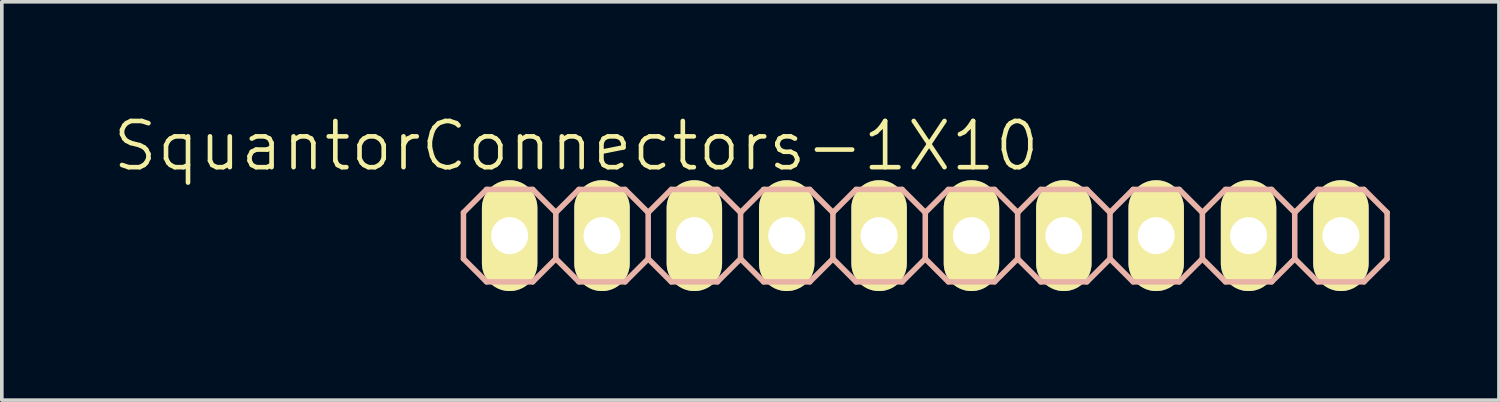
<source format=kicad_pcb>
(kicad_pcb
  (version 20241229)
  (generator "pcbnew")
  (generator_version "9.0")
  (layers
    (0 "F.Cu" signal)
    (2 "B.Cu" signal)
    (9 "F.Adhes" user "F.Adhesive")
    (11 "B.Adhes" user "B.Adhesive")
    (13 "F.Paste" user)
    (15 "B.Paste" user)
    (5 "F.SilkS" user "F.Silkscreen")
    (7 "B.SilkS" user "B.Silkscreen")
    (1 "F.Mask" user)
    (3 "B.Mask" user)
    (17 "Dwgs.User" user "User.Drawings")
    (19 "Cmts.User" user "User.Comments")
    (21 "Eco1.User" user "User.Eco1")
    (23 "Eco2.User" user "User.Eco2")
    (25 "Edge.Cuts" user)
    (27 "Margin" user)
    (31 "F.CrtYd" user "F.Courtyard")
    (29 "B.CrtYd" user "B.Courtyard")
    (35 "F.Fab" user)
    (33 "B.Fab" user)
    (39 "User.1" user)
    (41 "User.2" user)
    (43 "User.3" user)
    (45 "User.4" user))
  (footprint "SquantorConnectors-1X10"
    (layer "F.Cu")
    (at 22.395 3.43)
    (property "Reference" "SquantorConnectors-1X10" (at -9.601 -2.464 0) (layer "F.SilkS") (effects (font (size 1.27 1.27) (thickness 0.127))))
    (attr exclude_from_pos_files exclude_from_bom)
    (fp_line (start -11.684 -0.254) (end -11.176 -0.254) (stroke (width 0.066) (type solid)) (layer "F.SilkS"))
    (fp_line (start -11.684 0.254) (end -11.684 -0.254) (stroke (width 0.066) (type solid)) (layer "F.SilkS"))
    (fp_line (start -11.684 0.254) (end -11.176 0.254) (stroke (width 0.066) (type solid)) (layer "F.SilkS"))
    (fp_line (start -11.176 0.254) (end -11.176 -0.254) (stroke (width 0.066) (type solid)) (layer "F.SilkS"))
    (fp_line (start -9.144 -0.254) (end -8.636 -0.254) (stroke (width 0.066) (type solid)) (layer "F.SilkS"))
    (fp_line (start -9.144 0.254) (end -9.144 -0.254) (stroke (width 0.066) (type solid)) (layer "F.SilkS"))
    (fp_line (start -9.144 0.254) (end -8.636 0.254) (stroke (width 0.066) (type solid)) (layer "F.SilkS"))
    (fp_line (start -8.636 0.254) (end -8.636 -0.254) (stroke (width 0.066) (type solid)) (layer "F.SilkS"))
    (fp_line (start -6.604 -0.254) (end -6.096 -0.254) (stroke (width 0.066) (type solid)) (layer "F.SilkS"))
    (fp_line (start -6.604 0.254) (end -6.604 -0.254) (stroke (width 0.066) (type solid)) (layer "F.SilkS"))
    (fp_line (start -6.604 0.254) (end -6.096 0.254) (stroke (width 0.066) (type solid)) (layer "F.SilkS"))
    (fp_line (start -6.096 0.254) (end -6.096 -0.254) (stroke (width 0.066) (type solid)) (layer "F.SilkS"))
    (fp_line (start -4.064 -0.254) (end -3.556 -0.254) (stroke (width 0.066) (type solid)) (layer "F.SilkS"))
    (fp_line (start -4.064 0.254) (end -4.064 -0.254) (stroke (width 0.066) (type solid)) (layer "F.SilkS"))
    (fp_line (start -4.064 0.254) (end -3.556 0.254) (stroke (width 0.066) (type solid)) (layer "F.SilkS"))
    (fp_line (start -3.556 0.254) (end -3.556 -0.254) (stroke (width 0.066) (type solid)) (layer "F.SilkS"))
    (fp_line (start -1.524 -0.254) (end -1.016 -0.254) (stroke (width 0.066) (type solid)) (layer "F.SilkS"))
    (fp_line (start -1.524 0.254) (end -1.524 -0.254) (stroke (width 0.066) (type solid)) (layer "F.SilkS"))
    (fp_line (start -1.524 0.254) (end -1.016 0.254) (stroke (width 0.066) (type solid)) (layer "F.SilkS"))
    (fp_line (start -1.016 0.254) (end -1.016 -0.254) (stroke (width 0.066) (type solid)) (layer "F.SilkS"))
    (fp_line (start 1.016 -0.254) (end 1.524 -0.254) (stroke (width 0.066) (type solid)) (layer "F.SilkS"))
    (fp_line (start 1.016 0.254) (end 1.016 -0.254) (stroke (width 0.066) (type solid)) (layer "F.SilkS"))
    (fp_line (start 1.016 0.254) (end 1.524 0.254) (stroke (width 0.066) (type solid)) (layer "F.SilkS"))
    (fp_line (start 1.524 0.254) (end 1.524 -0.254) (stroke (width 0.066) (type solid)) (layer "F.SilkS"))
    (fp_line (start 3.556 -0.254) (end 4.064 -0.254) (stroke (width 0.066) (type solid)) (layer "F.SilkS"))
    (fp_line (start 3.556 0.254) (end 3.556 -0.254) (stroke (width 0.066) (type solid)) (layer "F.SilkS"))
    (fp_line (start 3.556 0.254) (end 4.064 0.254) (stroke (width 0.066) (type solid)) (layer "F.SilkS"))
    (fp_line (start 4.064 0.254) (end 4.064 -0.254) (stroke (width 0.066) (type solid)) (layer "F.SilkS"))
    (fp_line (start 6.096 -0.254) (end 6.604 -0.254) (stroke (width 0.066) (type solid)) (layer "F.SilkS"))
    (fp_line (start 6.096 0.254) (end 6.096 -0.254) (stroke (width 0.066) (type solid)) (layer "F.SilkS"))
    (fp_line (start 6.096 0.254) (end 6.604 0.254) (stroke (width 0.066) (type solid)) (layer "F.SilkS"))
    (fp_line (start 6.604 0.254) (end 6.604 -0.254) (stroke (width 0.066) (type solid)) (layer "F.SilkS"))
    (fp_line (start 8.636 -0.254) (end 9.144 -0.254) (stroke (width 0.066) (type solid)) (layer "F.SilkS"))
    (fp_line (start 8.636 0.254) (end 8.636 -0.254) (stroke (width 0.066) (type solid)) (layer "F.SilkS"))
    (fp_line (start 8.636 0.254) (end 9.144 0.254) (stroke (width 0.066) (type solid)) (layer "F.SilkS"))
    (fp_line (start 9.144 0.254) (end 9.144 -0.254) (stroke (width 0.066) (type solid)) (layer "F.SilkS"))
    (fp_line (start 11.176 -0.254) (end 11.684 -0.254) (stroke (width 0.066) (type solid)) (layer "F.SilkS"))
    (fp_line (start 11.176 0.254) (end 11.176 -0.254) (stroke (width 0.066) (type solid)) (layer "F.SilkS"))
    (fp_line (start 11.176 0.254) (end 11.684 0.254) (stroke (width 0.066) (type solid)) (layer "F.SilkS"))
    (fp_line (start 11.684 0.254) (end 11.684 -0.254) (stroke (width 0.066) (type solid)) (layer "F.SilkS"))
    (fp_line (start -12.7 -0.635) (end -12.7 0.635) (stroke (width 0.152) (type solid)) (layer "B.SilkS"))
    (fp_line (start -12.7 0.635) (end -12.065 1.27) (stroke (width 0.152) (type solid)) (layer "B.SilkS"))
    (fp_line (start -12.065 -1.27) (end -12.7 -0.635) (stroke (width 0.152) (type solid)) (layer "B.SilkS"))
    (fp_line (start -12.065 -1.27) (end -10.795 -1.27) (stroke (width 0.152) (type solid)) (layer "B.SilkS"))
    (fp_line (start -10.795 -1.27) (end -10.16 -0.635) (stroke (width 0.152) (type solid)) (layer "B.SilkS"))
    (fp_line (start -10.795 1.27) (end -12.065 1.27) (stroke (width 0.152) (type solid)) (layer "B.SilkS"))
    (fp_line (start -10.16 -0.635) (end -10.16 0.635) (stroke (width 0.152) (type solid)) (layer "B.SilkS"))
    (fp_line (start -10.16 -0.635) (end -9.525 -1.27) (stroke (width 0.152) (type solid)) (layer "B.SilkS"))
    (fp_line (start -10.16 0.635) (end -10.795 1.27) (stroke (width 0.152) (type solid)) (layer "B.SilkS"))
    (fp_line (start -9.525 -1.27) (end -8.255 -1.27) (stroke (width 0.152) (type solid)) (layer "B.SilkS"))
    (fp_line (start -9.525 1.27) (end -10.16 0.635) (stroke (width 0.152) (type solid)) (layer "B.SilkS"))
    (fp_line (start -8.255 -1.27) (end -7.62 -0.635) (stroke (width 0.152) (type solid)) (layer "B.SilkS"))
    (fp_line (start -8.255 1.27) (end -9.525 1.27) (stroke (width 0.152) (type solid)) (layer "B.SilkS"))
    (fp_line (start -7.62 -0.635) (end -7.62 0.635) (stroke (width 0.152) (type solid)) (layer "B.SilkS"))
    (fp_line (start -7.62 -0.635) (end -6.985 -1.27) (stroke (width 0.152) (type solid)) (layer "B.SilkS"))
    (fp_line (start -7.62 0.635) (end -8.255 1.27) (stroke (width 0.152) (type solid)) (layer "B.SilkS"))
    (fp_line (start -6.985 -1.27) (end -5.715 -1.27) (stroke (width 0.152) (type solid)) (layer "B.SilkS"))
    (fp_line (start -6.985 1.27) (end -7.62 0.635) (stroke (width 0.152) (type solid)) (layer "B.SilkS"))
    (fp_line (start -5.715 -1.27) (end -5.08 -0.635) (stroke (width 0.152) (type solid)) (layer "B.SilkS"))
    (fp_line (start -5.715 1.27) (end -6.985 1.27) (stroke (width 0.152) (type solid)) (layer "B.SilkS"))
    (fp_line (start -5.08 -0.635) (end -5.08 0.635) (stroke (width 0.152) (type solid)) (layer "B.SilkS"))
    (fp_line (start -5.08 0.635) (end -5.715 1.27) (stroke (width 0.152) (type solid)) (layer "B.SilkS"))
    (fp_line (start -5.08 0.635) (end -4.445 1.27) (stroke (width 0.152) (type solid)) (layer "B.SilkS"))
    (fp_line (start -4.445 -1.27) (end -5.08 -0.635) (stroke (width 0.152) (type solid)) (layer "B.SilkS"))
    (fp_line (start -4.445 -1.27) (end -3.175 -1.27) (stroke (width 0.152) (type solid)) (layer "B.SilkS"))
    (fp_line (start -3.175 -1.27) (end -2.54 -0.635) (stroke (width 0.152) (type solid)) (layer "B.SilkS"))
    (fp_line (start -3.175 1.27) (end -4.445 1.27) (stroke (width 0.152) (type solid)) (layer "B.SilkS"))
    (fp_line (start -2.54 -0.635) (end -2.54 0.635) (stroke (width 0.152) (type solid)) (layer "B.SilkS"))
    (fp_line (start -2.54 -0.635) (end -1.905 -1.27) (stroke (width 0.152) (type solid)) (layer "B.SilkS"))
    (fp_line (start -2.54 0.635) (end -3.175 1.27) (stroke (width 0.152) (type solid)) (layer "B.SilkS"))
    (fp_line (start -1.905 -1.27) (end -0.635 -1.27) (stroke (width 0.152) (type solid)) (layer "B.SilkS"))
    (fp_line (start -1.905 1.27) (end -2.54 0.635) (stroke (width 0.152) (type solid)) (layer "B.SilkS"))
    (fp_line (start -0.635 -1.27) (end 0 -0.635) (stroke (width 0.152) (type solid)) (layer "B.SilkS"))
    (fp_line (start -0.635 1.27) (end -1.905 1.27) (stroke (width 0.152) (type solid)) (layer "B.SilkS"))
    (fp_line (start 0 -0.635) (end 0 0.635) (stroke (width 0.152) (type solid)) (layer "B.SilkS"))
    (fp_line (start 0 -0.635) (end 0.635 -1.27) (stroke (width 0.152) (type solid)) (layer "B.SilkS"))
    (fp_line (start 0 0.635) (end -0.635 1.27) (stroke (width 0.152) (type solid)) (layer "B.SilkS"))
    (fp_line (start 0.635 -1.27) (end 1.905 -1.27) (stroke (width 0.152) (type solid)) (layer "B.SilkS"))
    (fp_line (start 0.635 1.27) (end 0 0.635) (stroke (width 0.152) (type solid)) (layer "B.SilkS"))
    (fp_line (start 1.905 -1.27) (end 2.54 -0.635) (stroke (width 0.152) (type solid)) (layer "B.SilkS"))
    (fp_line (start 1.905 1.27) (end 0.635 1.27) (stroke (width 0.152) (type solid)) (layer "B.SilkS"))
    (fp_line (start 2.54 -0.635) (end 2.54 0.635) (stroke (width 0.152) (type solid)) (layer "B.SilkS"))
    (fp_line (start 2.54 0.635) (end 1.905 1.27) (stroke (width 0.152) (type solid)) (layer "B.SilkS"))
    (fp_line (start 2.54 0.635) (end 3.175 1.27) (stroke (width 0.152) (type solid)) (layer "B.SilkS"))
    (fp_line (start 3.175 -1.27) (end 2.54 -0.635) (stroke (width 0.152) (type solid)) (layer "B.SilkS"))
    (fp_line (start 3.175 -1.27) (end 4.445 -1.27) (stroke (width 0.152) (type solid)) (layer "B.SilkS"))
    (fp_line (start 4.445 -1.27) (end 5.08 -0.635) (stroke (width 0.152) (type solid)) (layer "B.SilkS"))
    (fp_line (start 4.445 1.27) (end 3.175 1.27) (stroke (width 0.152) (type solid)) (layer "B.SilkS"))
    (fp_line (start 5.08 -0.635) (end 5.08 0.635) (stroke (width 0.152) (type solid)) (layer "B.SilkS"))
    (fp_line (start 5.08 -0.635) (end 5.715 -1.27) (stroke (width 0.152) (type solid)) (layer "B.SilkS"))
    (fp_line (start 5.08 0.635) (end 4.445 1.27) (stroke (width 0.152) (type solid)) (layer "B.SilkS"))
    (fp_line (start 5.715 -1.27) (end 6.985 -1.27) (stroke (width 0.152) (type solid)) (layer "B.SilkS"))
    (fp_line (start 5.715 1.27) (end 5.08 0.635) (stroke (width 0.152) (type solid)) (layer "B.SilkS"))
    (fp_line (start 6.985 -1.27) (end 7.62 -0.635) (stroke (width 0.152) (type solid)) (layer "B.SilkS"))
    (fp_line (start 6.985 1.27) (end 5.715 1.27) (stroke (width 0.152) (type solid)) (layer "B.SilkS"))
    (fp_line (start 7.62 -0.635) (end 7.62 0.635) (stroke (width 0.152) (type solid)) (layer "B.SilkS"))
    (fp_line (start 7.62 -0.635) (end 8.255 -1.27) (stroke (width 0.152) (type solid)) (layer "B.SilkS"))
    (fp_line (start 7.62 0.635) (end 6.985 1.27) (stroke (width 0.152) (type solid)) (layer "B.SilkS"))
    (fp_line (start 8.255 -1.27) (end 9.525 -1.27) (stroke (width 0.152) (type solid)) (layer "B.SilkS"))
    (fp_line (start 8.255 1.27) (end 7.62 0.635) (stroke (width 0.152) (type solid)) (layer "B.SilkS"))
    (fp_line (start 9.525 -1.27) (end 10.16 -0.635) (stroke (width 0.152) (type solid)) (layer "B.SilkS"))
    (fp_line (start 9.525 1.27) (end 8.255 1.27) (stroke (width 0.152) (type solid)) (layer "B.SilkS"))
    (fp_line (start 10.16 -0.635) (end 10.16 0.635) (stroke (width 0.152) (type solid)) (layer "B.SilkS"))
    (fp_line (start 10.16 0.635) (end 9.525 1.27) (stroke (width 0.152) (type solid)) (layer "B.SilkS"))
    (fp_line (start 10.16 0.635) (end 10.795 1.27) (stroke (width 0.152) (type solid)) (layer "B.SilkS"))
    (fp_line (start 10.795 -1.27) (end 10.16 -0.635) (stroke (width 0.152) (type solid)) (layer "B.SilkS"))
    (fp_line (start 10.795 -1.27) (end 12.065 -1.27) (stroke (width 0.152) (type solid)) (layer "B.SilkS"))
    (fp_line (start 12.065 -1.27) (end 12.7 -0.635) (stroke (width 0.152) (type solid)) (layer "B.SilkS"))
    (fp_line (start 12.065 1.27) (end 10.795 1.27) (stroke (width 0.152) (type solid)) (layer "B.SilkS"))
    (fp_line (start 12.7 -0.635) (end 12.7 0.635) (stroke (width 0.152) (type solid)) (layer "B.SilkS"))
    (fp_line (start 12.7 0.635) (end 12.065 1.27) (stroke (width 0.152) (type solid)) (layer "B.SilkS"))
    (pad "1" thru_hole oval (at -11.43 0 180) (size 1.524 3.048) (drill 1.016) (layers "*.Cu" "F.Mask" "F.SilkS" "F.Paste"))
    (pad "2" thru_hole oval (at -8.89 0 180) (size 1.524 3.048) (drill 1.016) (layers "*.Cu" "F.Mask" "F.SilkS" "F.Paste"))
    (pad "3" thru_hole oval (at -6.35 0 180) (size 1.524 3.048) (drill 1.016) (layers "*.Cu" "F.Mask" "F.SilkS" "F.Paste"))
    (pad "4" thru_hole oval (at -3.81 0 180) (size 1.524 3.048) (drill 1.016) (layers "*.Cu" "F.Mask" "F.SilkS" "F.Paste"))
    (pad "5" thru_hole oval (at -1.27 0 180) (size 1.524 3.048) (drill 1.016) (layers "*.Cu" "F.Mask" "F.SilkS" "F.Paste"))
    (pad "6" thru_hole oval (at 1.27 0 180) (size 1.524 3.048) (drill 1.016) (layers "*.Cu" "F.Mask" "F.SilkS" "F.Paste"))
    (pad "7" thru_hole oval (at 3.81 0 180) (size 1.524 3.048) (drill 1.016) (layers "*.Cu" "F.Mask" "F.SilkS" "F.Paste"))
    (pad "8" thru_hole oval (at 6.35 0 180) (size 1.524 3.048) (drill 1.016) (layers "*.Cu" "F.Mask" "F.SilkS" "F.Paste"))
    (pad "9" thru_hole oval (at 8.89 0 180) (size 1.524 3.048) (drill 1.016) (layers "*.Cu" "F.Mask" "F.SilkS" "F.Paste"))
    (pad "10" thru_hole oval (at 11.43 0 180) (size 1.524 3.048) (drill 1.016) (layers "*.Cu" "F.Mask" "F.SilkS" "F.Paste")))
  (gr_rect
    (start -3 -3)
    (end 38.171 7.954)
    (stroke (width 0.1) (type default))
    (fill no)
    (layer "Edge.Cuts")))
</source>
